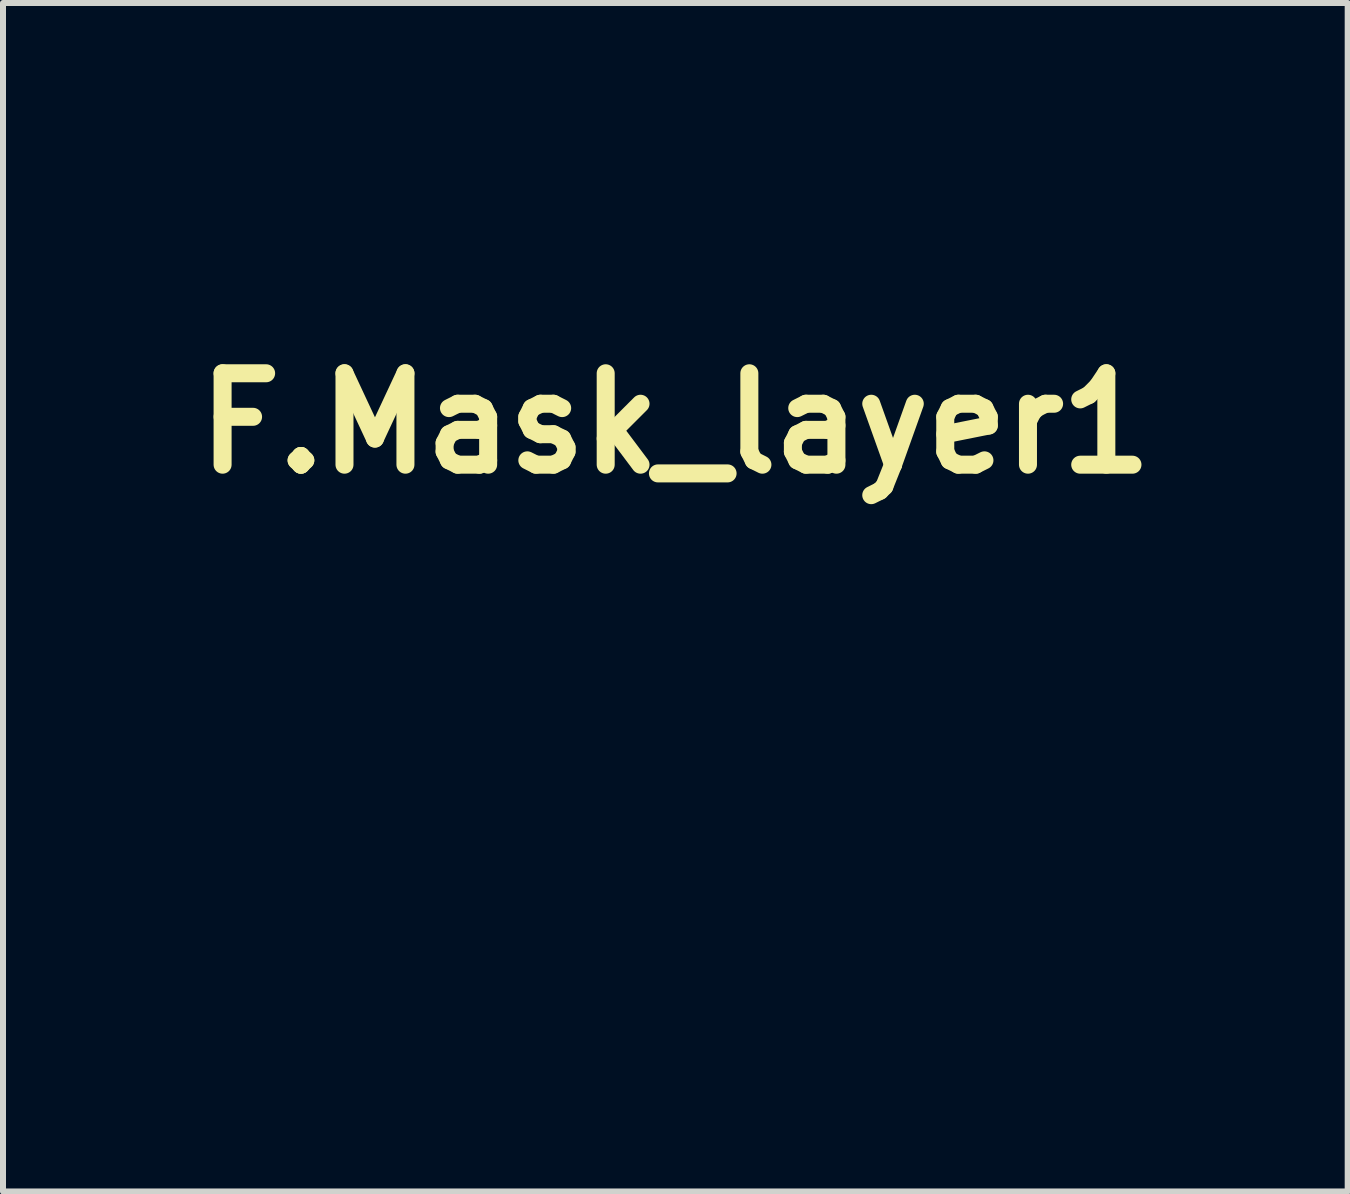
<source format=kicad_pcb>
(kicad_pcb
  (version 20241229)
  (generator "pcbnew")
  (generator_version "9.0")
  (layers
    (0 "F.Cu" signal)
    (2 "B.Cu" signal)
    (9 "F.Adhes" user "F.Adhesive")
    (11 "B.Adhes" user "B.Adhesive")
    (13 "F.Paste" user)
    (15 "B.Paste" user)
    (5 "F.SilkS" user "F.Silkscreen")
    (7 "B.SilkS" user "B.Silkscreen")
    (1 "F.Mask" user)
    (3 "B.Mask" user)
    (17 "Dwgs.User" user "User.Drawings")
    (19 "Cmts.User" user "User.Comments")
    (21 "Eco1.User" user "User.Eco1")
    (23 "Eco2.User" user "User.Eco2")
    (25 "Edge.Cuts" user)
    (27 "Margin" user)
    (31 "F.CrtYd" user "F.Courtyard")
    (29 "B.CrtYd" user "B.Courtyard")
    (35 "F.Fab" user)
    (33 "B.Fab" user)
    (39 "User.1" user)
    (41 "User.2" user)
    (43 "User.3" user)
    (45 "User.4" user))
  (footprint "F.Mask_layer1"
    (layer "F.Cu")
    (at 8.208 4.007)
    (property "Reference" "F.Mask_layer1" (at 0 0 0) (layer "F.SilkS") (effects (font (size 1.524 1.524) (thickness 0.3))))
    (attr through_hole)
    (fp_poly (pts (xy 0.765 -3.551) (xy 0.883 -3.423) (xy 0.987 -3.312) (xy 1.074 -3.223) (xy 1.141 -3.157) (xy 1.186 -3.118) (xy 1.204 -3.108) (xy 1.232 -3.116) (xy 1.294 -3.136) (xy 1.386 -3.165) (xy 1.501 -3.202) (xy 1.633 -3.245) (xy 1.777 -3.291) (xy 1.92 -3.337) (xy 2.05 -3.378) (xy 2.162 -3.411) (xy 2.25 -3.436) (xy 2.308 -3.451) (xy 2.331 -3.453) (xy 2.331 -3.453) (xy 2.34 -3.427) (xy 2.349 -3.37) (xy 2.357 -3.292) (xy 2.359 -3.27) (xy 2.373 -3.101) (xy 1.843 -2.849) (xy 1.705 -2.782) (xy 1.58 -2.721) (xy 1.474 -2.668) (xy 1.39 -2.625) (xy 1.335 -2.595) (xy 1.313 -2.579) (xy 1.312 -2.579) (xy 1.317 -2.561) (xy 1.318 -2.561) (xy 1.339 -2.56) (xy 1.398 -2.557) (xy 1.488 -2.552) (xy 1.605 -2.546) (xy 1.742 -2.539) (xy 1.895 -2.531) (xy 1.935 -2.529) (xy 2.114 -2.52) (xy 2.255 -2.512) (xy 2.364 -2.505) (xy 2.444 -2.497) (xy 2.5 -2.49) (xy 2.537 -2.482) (xy 2.56 -2.473) (xy 2.572 -2.462) (xy 2.573 -2.461) (xy 2.593 -2.434) (xy 2.636 -2.379) (xy 2.696 -2.302) (xy 2.771 -2.206) (xy 2.856 -2.098) (xy 2.908 -2.032) (xy 3.007 -1.905) (xy 3.082 -1.807) (xy 3.135 -1.735) (xy 3.168 -1.684) (xy 3.185 -1.651) (xy 3.187 -1.633) (xy 3.18 -1.626) (xy 3.15 -1.619) (xy 3.084 -1.607) (xy 2.987 -1.591) (xy 2.867 -1.571) (xy 2.727 -1.549) (xy 2.574 -1.526) (xy 2.563 -1.524) (xy 1.982 -1.437) (xy 1.54 -1.61) (xy 1.413 -1.659) (xy 1.299 -1.703) (xy 1.205 -1.738) (xy 1.136 -1.762) (xy 1.098 -1.774) (xy 1.093 -1.775) (xy 1.083 -1.749) (xy 1.067 -1.692) (xy 1.044 -1.61) (xy 1.018 -1.511) (xy 0.991 -1.405) (xy 0.964 -1.297) (xy 0.939 -1.197) (xy 0.919 -1.113) (xy 0.906 -1.051) (xy 0.901 -1.02) (xy 0.901 -1.018) (xy 0.923 -1.015) (xy 0.982 -1.009) (xy 1.072 -1) (xy 1.189 -0.989) (xy 1.326 -0.977) (xy 1.479 -0.964) (xy 1.642 -0.95) (xy 1.81 -0.936) (xy 1.978 -0.922) (xy 2.14 -0.909) (xy 2.291 -0.897) (xy 2.425 -0.886) (xy 2.537 -0.878) (xy 2.623 -0.872) (xy 2.676 -0.869) (xy 2.683 -0.869) (xy 2.701 -0.867) (xy 2.714 -0.859) (xy 2.723 -0.837) (xy 2.728 -0.796) (xy 2.73 -0.729) (xy 2.73 -0.629) (xy 2.731 -0.561) (xy 2.731 -0.254) (xy 3.037 -0.254) (xy 3.158 -0.254) (xy 3.242 -0.252) (xy 3.296 -0.248) (xy 3.327 -0.241) (xy 3.341 -0.231) (xy 3.344 -0.217) (xy 3.345 -0.189) (xy 3.35 -0.126) (xy 3.356 -0.031) (xy 3.365 0.089) (xy 3.376 0.229) (xy 3.387 0.384) (xy 3.4 0.548) (xy 3.412 0.717) (xy 3.425 0.884) (xy 3.438 1.046) (xy 3.449 1.195) (xy 3.46 1.327) (xy 3.469 1.437) (xy 3.476 1.52) (xy 3.48 1.569) (xy 3.481 1.581) (xy 3.502 1.578) (xy 3.556 1.564) (xy 3.639 1.543) (xy 3.743 1.516) (xy 3.863 1.484) (xy 3.864 1.484) (xy 4.012 1.443) (xy 4.121 1.41) (xy 4.194 1.384) (xy 4.233 1.364) (xy 4.241 1.352) (xy 4.233 1.325) (xy 4.211 1.264) (xy 4.178 1.176) (xy 4.136 1.068) (xy 4.089 0.946) (xy 4.074 0.91) (xy 3.91 0.497) (xy 4.001 -0.106) (xy 4.024 -0.261) (xy 4.046 -0.402) (xy 4.066 -0.524) (xy 4.083 -0.622) (xy 4.096 -0.69) (xy 4.103 -0.722) (xy 4.104 -0.724) (xy 4.124 -0.716) (xy 4.172 -0.685) (xy 4.243 -0.634) (xy 4.333 -0.567) (xy 4.438 -0.487) (xy 4.509 -0.431) (xy 4.621 -0.343) (xy 4.724 -0.262) (xy 4.813 -0.193) (xy 4.881 -0.14) (xy 4.924 -0.106) (xy 4.936 -0.098) (xy 4.947 -0.085) (xy 4.956 -0.06) (xy 4.964 -0.02) (xy 4.971 0.042) (xy 4.978 0.13) (xy 4.985 0.249) (xy 4.992 0.404) (xy 4.995 0.456) (xy 5.004 0.654) (xy 5.012 0.814) (xy 5.019 0.939) (xy 5.026 1.032) (xy 5.033 1.097) (xy 5.041 1.139) (xy 5.048 1.159) (xy 5.055 1.164) (xy 5.067 1.145) (xy 5.095 1.093) (xy 5.137 1.013) (xy 5.188 0.909) (xy 5.248 0.786) (xy 5.314 0.649) (xy 5.321 0.635) (xy 5.573 0.106) (xy 5.66 0.108) (xy 5.738 0.112) (xy 5.825 0.121) (xy 5.846 0.124) (xy 5.945 0.138) (xy 5.756 0.719) (xy 5.708 0.868) (xy 5.666 1.003) (xy 5.631 1.121) (xy 5.604 1.215) (xy 5.587 1.28) (xy 5.582 1.311) (xy 5.583 1.313) (xy 5.635 1.358) (xy 5.706 1.421) (xy 5.793 1.499) (xy 5.89 1.587) (xy 5.992 1.68) (xy 6.094 1.775) (xy 6.193 1.866) (xy 6.282 1.949) (xy 6.358 2.02) (xy 6.415 2.075) (xy 6.449 2.109) (xy 6.456 2.118) (xy 6.439 2.142) (xy 6.396 2.179) (xy 6.337 2.221) (xy 6.273 2.263) (xy 6.214 2.296) (xy 6.17 2.315) (xy 6.155 2.315) (xy 6.131 2.299) (xy 6.076 2.263) (xy 5.997 2.209) (xy 5.898 2.141) (xy 5.783 2.063) (xy 5.667 1.984) (xy 5.543 1.9) (xy 5.431 1.825) (xy 5.334 1.762) (xy 5.259 1.714) (xy 5.208 1.684) (xy 5.188 1.676) (xy 5.193 1.696) (xy 5.215 1.748) (xy 5.253 1.828) (xy 5.303 1.932) (xy 5.364 2.054) (xy 5.434 2.191) (xy 5.453 2.228) (xy 5.736 2.773) (xy 5.533 3.282) (xy 5.477 3.418) (xy 5.426 3.54) (xy 5.382 3.643) (xy 5.347 3.722) (xy 5.323 3.77) (xy 5.312 3.784) (xy 5.295 3.767) (xy 5.255 3.72) (xy 5.196 3.649) (xy 5.121 3.557) (xy 5.033 3.449) (xy 4.937 3.329) (xy 4.915 3.302) (xy 4.535 2.826) (xy 4.466 2.36) (xy 4.446 2.225) (xy 4.428 2.105) (xy 4.412 2.006) (xy 4.401 1.934) (xy 4.394 1.895) (xy 4.393 1.89) (xy 4.371 1.891) (xy 4.317 1.903) (xy 4.237 1.923) (xy 4.141 1.95) (xy 4.036 1.98) (xy 3.929 2.011) (xy 3.828 2.042) (xy 3.741 2.069) (xy 3.675 2.092) (xy 3.639 2.106) (xy 3.634 2.11) (xy 3.644 2.134) (xy 3.67 2.191) (xy 3.711 2.278) (xy 3.764 2.391) (xy 3.828 2.526) (xy 3.9 2.679) (xy 3.979 2.845) (xy 4.021 2.933) (xy 4.102 3.104) (xy 4.178 3.264) (xy 4.246 3.408) (xy 4.304 3.531) (xy 4.35 3.631) (xy 4.383 3.703) (xy 4.4 3.743) (xy 4.403 3.749) (xy 4.385 3.766) (xy 4.339 3.797) (xy 4.272 3.84) (xy 4.217 3.872) (xy 4.136 3.919) (xy 4.067 3.96) (xy 4.018 3.988) (xy 4.003 3.998) (xy 3.996 4.012) (xy 4.003 4.043) (xy 4.025 4.095) (xy 4.064 4.171) (xy 4.122 4.278) (xy 4.146 4.319) (xy 4.203 4.421) (xy 4.251 4.508) (xy 4.287 4.576) (xy 4.308 4.617) (xy 4.312 4.627) (xy 4.294 4.639) (xy 4.245 4.673) (xy 4.168 4.727) (xy 4.066 4.797) (xy 3.942 4.882) (xy 3.801 4.979) (xy 3.646 5.086) (xy 3.479 5.201) (xy 3.478 5.202) (xy 2.65 5.772) (xy 2.873 5.995) (xy 3.097 6.219) (xy 3.437 5.795) (xy 3.778 5.37) (xy 4.424 5.12) (xy 4.58 5.059) (xy 4.725 5.004) (xy 4.852 4.956) (xy 4.958 4.916) (xy 5.037 4.888) (xy 5.084 4.871) (xy 5.095 4.869) (xy 5.113 4.886) (xy 5.111 4.927) (xy 5.105 4.962) (xy 5.094 5.034) (xy 5.079 5.135) (xy 5.061 5.261) (xy 5.04 5.404) (xy 5.018 5.559) (xy 5.016 5.576) (xy 4.994 5.728) (xy 4.974 5.867) (xy 4.956 5.985) (xy 4.942 6.079) (xy 4.932 6.142) (xy 4.927 6.169) (xy 4.926 6.17) (xy 4.734 6.292) (xy 4.575 6.394) (xy 4.448 6.476) (xy 4.35 6.542) (xy 4.279 6.591) (xy 4.232 6.627) (xy 4.208 6.649) (xy 4.204 6.661) (xy 4.209 6.664) (xy 4.244 6.664) (xy 4.313 6.661) (xy 4.41 6.655) (xy 4.526 6.647) (xy 4.656 6.637) (xy 4.659 6.637) (xy 4.785 6.626) (xy 4.896 6.618) (xy 4.985 6.612) (xy 5.045 6.609) (xy 5.07 6.609) (xy 5.07 6.609) (xy 5.081 6.629) (xy 5.104 6.681) (xy 5.138 6.756) (xy 5.178 6.848) (xy 5.182 6.858) (xy 5.23 6.973) (xy 5.259 7.052) (xy 5.269 7.099) (xy 5.264 7.115) (xy 5.237 7.122) (xy 5.175 7.137) (xy 5.082 7.159) (xy 4.964 7.185) (xy 4.827 7.214) (xy 4.677 7.246) (xy 4.657 7.25) (xy 4.505 7.282) (xy 4.367 7.313) (xy 4.247 7.34) (xy 4.152 7.362) (xy 4.087 7.379) (xy 4.057 7.388) (xy 4.056 7.389) (xy 4.047 7.413) (xy 4.031 7.473) (xy 4.008 7.564) (xy 3.981 7.681) (xy 3.951 7.817) (xy 3.918 7.967) (xy 3.912 7.994) (xy 3.88 8.147) (xy 3.85 8.287) (xy 3.824 8.408) (xy 3.802 8.506) (xy 3.787 8.574) (xy 3.779 8.607) (xy 3.779 8.608) (xy 3.755 8.612) (xy 3.696 8.595) (xy 3.599 8.557) (xy 3.531 8.527) (xy 3.438 8.485) (xy 3.36 8.449) (xy 3.304 8.421) (xy 3.278 8.407) (xy 3.278 8.407) (xy 3.276 8.382) (xy 3.277 8.322) (xy 3.281 8.232) (xy 3.288 8.12) (xy 3.297 7.99) (xy 3.301 7.938) (xy 3.312 7.804) (xy 3.322 7.685) (xy 3.329 7.588) (xy 3.334 7.519) (xy 3.336 7.483) (xy 3.336 7.479) (xy 3.325 7.495) (xy 3.295 7.541) (xy 3.25 7.61) (xy 3.194 7.696) (xy 3.131 7.794) (xy 3.065 7.897) (xy 3 7.998) (xy 2.939 8.093) (xy 2.887 8.174) (xy 2.849 8.235) (xy 2.836 8.256) (xy 2.813 8.263) (xy 2.754 8.275) (xy 2.666 8.291) (xy 2.555 8.309) (xy 2.426 8.329) (xy 2.287 8.349) (xy 2.144 8.37) (xy 2.002 8.39) (xy 1.869 8.407) (xy 1.749 8.423) (xy 1.65 8.434) (xy 1.578 8.441) (xy 1.539 8.443) (xy 1.534 8.442) (xy 1.539 8.419) (xy 1.559 8.357) (xy 1.594 8.257) (xy 1.645 8.121) (xy 1.71 7.948) (xy 1.791 7.739) (xy 1.886 7.496) (xy 1.995 7.218) (xy 2.027 7.137) (xy 2.046 7.116) (xy 2.093 7.073) (xy 2.165 7.012) (xy 2.256 6.936) (xy 2.362 6.848) (xy 2.461 6.769) (xy 2.884 6.43) (xy 2.665 6.211) (xy 2.569 6.117) (xy 2.496 6.051) (xy 2.447 6.016) (xy 2.425 6.011) (xy 2.409 6.032) (xy 2.371 6.084) (xy 2.315 6.164) (xy 2.242 6.269) (xy 2.155 6.394) (xy 2.057 6.536) (xy 1.95 6.692) (xy 1.852 6.834) (xy 1.739 6.999) (xy 1.633 7.152) (xy 1.537 7.29) (xy 1.451 7.41) (xy 1.381 7.509) (xy 1.326 7.582) (xy 1.291 7.627) (xy 1.278 7.64) (xy 1.252 7.63) (xy 1.197 7.603) (xy 1.119 7.562) (xy 1.025 7.511) (xy 0.975 7.482) (xy 0.877 7.427) (xy 0.792 7.381) (xy 0.727 7.346) (xy 0.688 7.327) (xy 0.681 7.324) (xy 0.665 7.341) (xy 0.633 7.388) (xy 0.59 7.457) (xy 0.543 7.536) (xy 0.494 7.619) (xy 0.453 7.686) (xy 0.424 7.732) (xy 0.413 7.747) (xy 0.394 7.738) (xy 0.34 7.713) (xy 0.255 7.673) (xy 0.145 7.621) (xy 0.012 7.558) (xy -0.14 7.486) (xy -0.306 7.407) (xy -0.414 7.355) (xy -0.587 7.273) (xy -0.748 7.197) (xy -0.894 7.129) (xy -1.019 7.071) (xy -1.121 7.025) (xy -1.194 6.993) (xy -1.236 6.976) (xy -1.245 6.974) (xy -1.255 6.999) (xy -1.273 7.056) (xy -1.297 7.137) (xy -1.324 7.236) (xy -1.352 7.342) (xy -1.38 7.449) (xy -1.405 7.549) (xy -1.425 7.634) (xy -1.438 7.696) (xy -1.442 7.726) (xy -1.442 7.728) (xy -1.418 7.735) (xy -1.358 7.746) (xy -1.27 7.761) (xy -1.161 7.778) (xy -1.036 7.797) (xy -1.027 7.798) (xy -0.896 7.818) (xy -0.776 7.836) (xy -0.675 7.852) (xy -0.6 7.865) (xy -0.558 7.873) (xy -0.529 7.889) (xy -0.473 7.927) (xy -0.395 7.983) (xy -0.301 8.053) (xy -0.196 8.133) (xy -0.084 8.219) (xy 0.028 8.307) (xy 0.137 8.393) (xy 0.237 8.473) (xy 0.323 8.543) (xy 0.389 8.6) (xy 0.431 8.639) (xy 0.445 8.655) (xy 0.426 8.666) (xy 0.374 8.69) (xy 0.296 8.724) (xy 0.197 8.766) (xy 0.085 8.813) (xy -0.036 8.863) (xy -0.157 8.912) (xy -0.273 8.958) (xy -0.378 9) (xy -0.465 9.033) (xy -0.527 9.056) (xy -0.559 9.066) (xy -0.561 9.066) (xy -0.585 9.056) (xy -0.641 9.03) (xy -0.724 8.989) (xy -0.831 8.936) (xy -0.955 8.873) (xy -1.091 8.803) (xy -1.111 8.793) (xy -1.248 8.722) (xy -1.374 8.657) (xy -1.483 8.601) (xy -1.57 8.556) (xy -1.63 8.526) (xy -1.658 8.512) (xy -1.659 8.511) (xy -1.67 8.511) (xy -1.669 8.524) (xy -1.654 8.555) (xy -1.624 8.606) (xy -1.577 8.679) (xy -1.51 8.779) (xy -1.423 8.908) (xy -1.331 9.041) (xy -1.237 9.181) (xy -1.157 9.302) (xy -1.094 9.402) (xy -1.049 9.477) (xy -1.027 9.524) (xy -1.024 9.537) (xy -1.043 9.57) (xy -1.078 9.622) (xy -1.122 9.681) (xy -1.166 9.737) (xy -1.202 9.78) (xy -1.224 9.8) (xy -1.226 9.8) (xy -1.243 9.785) (xy -1.284 9.742) (xy -1.347 9.676) (xy -1.426 9.59) (xy -1.519 9.488) (xy -1.621 9.375) (xy -1.638 9.356) (xy -1.742 9.241) (xy -1.836 9.137) (xy -1.917 9.048) (xy -1.982 8.978) (xy -2.026 8.932) (xy -2.046 8.912) (xy -2.047 8.911) (xy -2.069 8.917) (xy -2.126 8.935) (xy -2.213 8.963) (xy -2.324 8.998) (xy -2.454 9.041) (xy -2.598 9.087) (xy -2.61 9.091) (xy -2.756 9.138) (xy -2.889 9.181) (xy -3.004 9.217) (xy -3.095 9.245) (xy -3.158 9.264) (xy -3.186 9.271) (xy -3.187 9.271) (xy -3.199 9.252) (xy -3.211 9.202) (xy -3.222 9.134) (xy -3.229 9.059) (xy -3.233 8.989) (xy -3.231 8.935) (xy -3.223 8.911) (xy -3.201 8.899) (xy -3.145 8.871) (xy -3.061 8.83) (xy -2.954 8.778) (xy -2.83 8.719) (xy -2.699 8.656) (xy -2.563 8.591) (xy -2.439 8.531) (xy -2.334 8.478) (xy -2.251 8.436) (xy -2.197 8.407) (xy -2.176 8.393) (xy -2.191 8.386) (xy -2.244 8.378) (xy -2.326 8.369) (xy -2.433 8.36) (xy -2.558 8.351) (xy -2.696 8.343) (xy -2.84 8.335) (xy -2.984 8.328) (xy -3.123 8.323) (xy -3.25 8.321) (xy -3.252 8.321) (xy -3.404 8.319) (xy -3.747 7.88) (xy -3.837 7.763) (xy -3.917 7.657) (xy -3.984 7.567) (xy -4.034 7.498) (xy -4.064 7.453) (xy -4.071 7.436) (xy -4.04 7.43) (xy -3.973 7.419) (xy -3.879 7.405) (xy -3.763 7.387) (xy -3.632 7.367) (xy -3.494 7.347) (xy -3.354 7.327) (xy -3.22 7.307) (xy -3.098 7.29) (xy -2.996 7.276) (xy -2.919 7.266) (xy -2.876 7.261) (xy -2.869 7.26) (xy -2.835 7.268) (xy -2.768 7.289) (xy -2.675 7.321) (xy -2.562 7.362) (xy -2.437 7.41) (xy -2.393 7.427) (xy -2.268 7.476) (xy -2.157 7.517) (xy -2.065 7.55) (xy -1.999 7.572) (xy -1.964 7.581) (xy -1.96 7.581) (xy -1.952 7.556) (xy -1.935 7.498) (xy -1.913 7.417) (xy -1.886 7.319) (xy -1.858 7.213) (xy -1.83 7.105) (xy -1.804 7.006) (xy -1.783 6.921) (xy -1.768 6.859) (xy -1.762 6.827) (xy -1.762 6.825) (xy -1.783 6.822) (xy -1.843 6.817) (xy -1.936 6.809) (xy -2.057 6.799) (xy -2.203 6.787) (xy -2.369 6.774) (xy -2.551 6.76) (xy -2.635 6.753) (xy -2.824 6.739) (xy -3.001 6.725) (xy -3.162 6.712) (xy -3.301 6.7) (xy -3.414 6.69) (xy -3.496 6.683) (xy -3.543 6.678) (xy -3.551 6.677) (xy -3.57 6.671) (xy -3.583 6.659) (xy -3.591 6.634) (xy -3.596 6.59) (xy -3.598 6.518) (xy -3.598 6.413) (xy -3.598 6.374) (xy -3.598 6.081) (xy -3.899 6.066) (xy -4.007 6.061) (xy -4.098 6.055) (xy -4.165 6.051) (xy -4.2 6.048) (xy -4.204 6.047) (xy -4.206 6.026) (xy -4.211 5.967) (xy -4.219 5.874) (xy -4.229 5.752) (xy -4.233 5.695) (xy -3.281 5.695) (xy -3.273 5.742) (xy -3.246 5.757) (xy -3.244 5.757) (xy -3.215 5.756) (xy -3.149 5.751) (xy -3.05 5.745) (xy -3.024 5.743) (xy -0.919 5.743) (xy -0.902 5.758) (xy -0.855 5.793) (xy -0.782 5.846) (xy -0.687 5.914) (xy -0.575 5.993) (xy -0.45 6.08) (xy -0.317 6.172) (xy -0.18 6.266) (xy -0.043 6.359) (xy 0.088 6.449) (xy 0.21 6.531) (xy 0.317 6.603) (xy 0.406 6.661) (xy 0.472 6.704) (xy 0.511 6.726) (xy 0.519 6.73) (xy 0.532 6.711) (xy 0.561 6.658) (xy 0.605 6.575) (xy 0.662 6.464) (xy 0.729 6.33) (xy 0.804 6.177) (xy 0.887 6.008) (xy 0.969 5.838) (xy 1.399 4.945) (xy 1.255 4.801) (xy 1.111 4.657) (xy 0.466 4.679) (xy -0.179 4.702) (xy -0.433 4.84) (xy -0.528 4.892) (xy -0.611 4.939) (xy -0.673 4.976) (xy -0.708 4.999) (xy -0.711 5.002) (xy -0.721 5.027) (xy -0.74 5.085) (xy -0.765 5.168) (xy -0.794 5.267) (xy -0.824 5.374) (xy -0.854 5.482) (xy -0.881 5.582) (xy -0.902 5.665) (xy -0.915 5.724) (xy -0.919 5.743) (xy -3.024 5.743) (xy -2.923 5.735) (xy -2.772 5.725) (xy -2.601 5.712) (xy -2.417 5.699) (xy -2.328 5.692) (xy -2.14 5.678) (xy -1.964 5.664) (xy -1.807 5.651) (xy -1.671 5.639) (xy -1.563 5.628) (xy -1.485 5.62) (xy -1.443 5.614) (xy -1.437 5.613) (xy -1.427 5.588) (xy -1.409 5.53) (xy -1.385 5.445) (xy -1.355 5.338) (xy -1.326 5.229) (xy -1.229 4.86) (xy -1.491 4.434) (xy 1.319 4.434) (xy 1.466 4.585) (xy 1.613 4.736) (xy 2.505 4.304) (xy 2.685 4.217) (xy 2.853 4.134) (xy 3.005 4.059) (xy 3.137 3.993) (xy 3.246 3.938) (xy 3.327 3.895) (xy 3.377 3.867) (xy 3.393 3.856) (xy 3.381 3.837) (xy 3.349 3.787) (xy 3.298 3.711) (xy 3.233 3.614) (xy 3.157 3.5) (xy 3.072 3.373) (xy 2.981 3.239) (xy 2.888 3.101) (xy 2.795 2.963) (xy 2.706 2.832) (xy 2.624 2.71) (xy 2.551 2.603) (xy 2.491 2.515) (xy 2.447 2.451) (xy 2.424 2.418) (xy 2.402 2.42) (xy 2.347 2.432) (xy 2.268 2.452) (xy 2.171 2.477) (xy 2.065 2.506) (xy 1.957 2.537) (xy 1.855 2.567) (xy 1.767 2.593) (xy 1.7 2.615) (xy 1.663 2.629) (xy 1.659 2.632) (xy 1.64 2.659) (xy 1.606 2.716) (xy 1.561 2.794) (xy 1.51 2.887) (xy 1.497 2.911) (xy 1.359 3.165) (xy 1.319 4.434) (xy -1.491 4.434) (xy -1.669 4.146) (xy -1.845 4.035) (xy -1.948 3.971) (xy -2.066 3.898) (xy -2.178 3.829) (xy -2.205 3.813) (xy -2.388 3.701) (xy -2.766 3.801) (xy -2.885 3.833) (xy -2.99 3.861) (xy -3.073 3.883) (xy -3.127 3.898) (xy -3.148 3.904) (xy -3.15 3.925) (xy -3.155 3.983) (xy -3.163 4.072) (xy -3.172 4.188) (xy -3.183 4.325) (xy -3.194 4.477) (xy -3.207 4.64) (xy -3.219 4.808) (xy -3.231 4.976) (xy -3.243 5.138) (xy -3.254 5.289) (xy -3.264 5.425) (xy -3.272 5.538) (xy -3.277 5.625) (xy -3.28 5.68) (xy -3.281 5.695) (xy -4.233 5.695) (xy -4.24 5.606) (xy -4.253 5.439) (xy -4.268 5.256) (xy -4.276 5.144) (xy -4.291 4.953) (xy -4.305 4.776) (xy -4.318 4.616) (xy -4.329 4.479) (xy -4.339 4.368) (xy -4.346 4.289) (xy -4.351 4.244) (xy -4.352 4.236) (xy -4.373 4.239) (xy -4.426 4.252) (xy -4.506 4.271) (xy -4.602 4.295) (xy -4.708 4.322) (xy -4.817 4.35) (xy -4.919 4.377) (xy -5.007 4.401) (xy -5.074 4.42) (xy -5.112 4.431) (xy -5.118 4.434) (xy -5.112 4.454) (xy -5.093 4.508) (xy -5.062 4.59) (xy -5.022 4.694) (xy -4.975 4.815) (xy -4.95 4.878) (xy -4.777 5.317) (xy -4.869 5.929) (xy -4.893 6.084) (xy -4.916 6.225) (xy -4.937 6.346) (xy -4.955 6.442) (xy -4.969 6.508) (xy -4.978 6.539) (xy -4.979 6.54) (xy -5 6.528) (xy -5.05 6.493) (xy -5.123 6.438) (xy -5.216 6.368) (xy -5.323 6.285) (xy -5.42 6.209) (xy -5.549 6.108) (xy -5.649 6.028) (xy -5.723 5.967) (xy -5.776 5.921) (xy -5.81 5.886) (xy -5.83 5.859) (xy -5.84 5.835) (xy -5.843 5.812) (xy -5.843 5.802) (xy -5.845 5.722) (xy -5.849 5.618) (xy -5.855 5.496) (xy -5.862 5.362) (xy -5.869 5.222) (xy -5.878 5.084) (xy -5.886 4.955) (xy -5.893 4.839) (xy -5.9 4.745) (xy -5.906 4.678) (xy -5.911 4.645) (xy -5.912 4.643) (xy -5.925 4.657) (xy -5.954 4.708) (xy -5.999 4.792) (xy -6.057 4.907) (xy -6.128 5.051) (xy -6.209 5.222) (xy -6.301 5.416) (xy -6.355 5.531) (xy -6.442 5.718) (xy -6.571 5.705) (xy -6.65 5.696) (xy -6.72 5.687) (xy -6.755 5.681) (xy -6.81 5.671) (xy -6.623 5.095) (xy -6.575 4.947) (xy -6.531 4.813) (xy -6.494 4.698) (xy -6.464 4.607) (xy -6.444 4.545) (xy -6.435 4.517) (xy -6.435 4.516) (xy -6.45 4.502) (xy -6.493 4.463) (xy -6.559 4.403) (xy -6.645 4.326) (xy -6.746 4.235) (xy -6.859 4.133) (xy -6.879 4.115) (xy -6.994 4.011) (xy -7.098 3.916) (xy -7.187 3.833) (xy -7.256 3.766) (xy -7.303 3.719) (xy -7.322 3.696) (xy -7.323 3.694) (xy -7.306 3.672) (xy -7.264 3.635) (xy -7.207 3.591) (xy -7.146 3.548) (xy -7.091 3.513) (xy -7.053 3.494) (xy -7.046 3.493) (xy -7.023 3.504) (xy -6.97 3.537) (xy -6.892 3.587) (xy -6.793 3.652) (xy -6.679 3.728) (xy -6.558 3.811) (xy -6.432 3.897) (xy -6.317 3.975) (xy -6.217 4.042) (xy -6.138 4.094) (xy -6.083 4.129) (xy -6.059 4.143) (xy -6.06 4.128) (xy -6.079 4.08) (xy -6.113 4.003) (xy -6.162 3.9) (xy -6.223 3.777) (xy -6.294 3.636) (xy -6.315 3.594) (xy -6.604 3.033) (xy -6.411 2.559) (xy -6.357 2.424) (xy -6.307 2.301) (xy -6.264 2.196) (xy -6.231 2.113) (xy -6.209 2.06) (xy -6.203 2.044) (xy -6.194 2.037) (xy -6.177 2.045) (xy -6.148 2.07) (xy -6.106 2.116) (xy -6.046 2.184) (xy -5.968 2.279) (xy -5.868 2.403) (xy -5.795 2.493) (xy -5.403 2.982) (xy -5.366 3.232) (xy -5.346 3.361) (xy -5.325 3.503) (xy -5.304 3.638) (xy -5.294 3.706) (xy -5.26 3.93) (xy -4.9 3.832) (xy -4.782 3.799) (xy -4.677 3.77) (xy -4.592 3.747) (xy -4.536 3.731) (xy -4.515 3.724) (xy -4.517 3.703) (xy -4.538 3.644) (xy -4.577 3.55) (xy -4.634 3.421) (xy -4.709 3.257) (xy -4.801 3.06) (xy -4.88 2.893) (xy -4.963 2.72) (xy -5.038 2.558) (xy -5.106 2.411) (xy -5.164 2.285) (xy -5.21 2.182) (xy -5.242 2.107) (xy -5.259 2.063) (xy -5.26 2.054) (xy -5.239 2.037) (xy -5.188 2.004) (xy -5.114 1.959) (xy -5.026 1.906) (xy -5.006 1.895) (xy -4.972 1.875) (xy -4.313 1.875) (xy -4.299 1.902) (xy -4.264 1.958) (xy -4.211 2.04) (xy -4.143 2.142) (xy -4.063 2.26) (xy -3.974 2.39) (xy -3.879 2.528) (xy -3.782 2.669) (xy -3.685 2.808) (xy -3.591 2.942) (xy -3.503 3.067) (xy -3.424 3.176) (xy -3.358 3.268) (xy -3.307 3.336) (xy -3.275 3.377) (xy -3.264 3.387) (xy -3.234 3.381) (xy -3.171 3.367) (xy -3.083 3.345) (xy -2.977 3.318) (xy -2.914 3.301) (xy -2.801 3.271) (xy -2.701 3.244) (xy -2.621 3.222) (xy -2.57 3.208) (xy -2.558 3.205) (xy -2.537 3.184) (xy -2.501 3.131) (xy -2.452 3.052) (xy -2.395 2.953) (xy -2.333 2.839) (xy -2.322 2.82) (xy -2.122 2.445) (xy -2.108 2.032) (xy -2.094 1.619) (xy -2.377 1.337) (xy -2.66 1.055) (xy -3.489 1.454) (xy -3.663 1.538) (xy -3.824 1.617) (xy -3.969 1.689) (xy -4.093 1.752) (xy -4.193 1.804) (xy -4.265 1.843) (xy -4.306 1.868) (xy -4.313 1.875) (xy -4.972 1.875) (xy -4.916 1.842) (xy -4.841 1.797) (xy -4.788 1.763) (xy -4.763 1.745) (xy -4.763 1.744) (xy -4.772 1.723) (xy -4.799 1.672) (xy -4.84 1.599) (xy -4.89 1.51) (xy -4.903 1.487) (xy -4.968 1.368) (xy -5.009 1.282) (xy -5.026 1.23) (xy -5.024 1.212) (xy -5.003 1.194) (xy -4.951 1.155) (xy -4.872 1.098) (xy -4.768 1.024) (xy -4.645 0.938) (xy -4.505 0.84) (xy -4.353 0.735) (xy -4.28 0.685) (xy -2.288 0.685) (xy -2.01 0.964) (xy -1.732 1.242) (xy -1.316 1.232) (xy -0.9 1.222) (xy -0.524 1.021) (xy -0.397 0.953) (xy 0.361 0.953) (xy 0.583 1.311) (xy 0.805 1.668) (xy 1.159 1.89) (xy 1.268 1.958) (xy 1.362 2.018) (xy 1.439 2.066) (xy 1.491 2.099) (xy 1.513 2.114) (xy 1.513 2.114) (xy 1.533 2.109) (xy 1.587 2.095) (xy 1.669 2.073) (xy 1.772 2.045) (xy 1.89 2.013) (xy 2.01 1.98) (xy 2.115 1.951) (xy 2.198 1.926) (xy 2.254 1.909) (xy 2.275 1.901) (xy 2.279 1.879) (xy 2.286 1.819) (xy 2.294 1.728) (xy 2.304 1.61) (xy 2.315 1.472) (xy 2.327 1.318) (xy 2.34 1.154) (xy 2.352 0.985) (xy 2.365 0.817) (xy 2.376 0.654) (xy 2.387 0.502) (xy 2.396 0.367) (xy 2.403 0.254) (xy 2.407 0.168) (xy 2.409 0.114) (xy 2.409 0.099) (xy 2.402 0.052) (xy 1.495 0.119) (xy 1.304 0.134) (xy 1.125 0.148) (xy 0.963 0.162) (xy 0.824 0.174) (xy 0.711 0.185) (xy 0.628 0.194) (xy 0.581 0.201) (xy 0.572 0.204) (xy 0.561 0.23) (xy 0.542 0.289) (xy 0.516 0.376) (xy 0.486 0.483) (xy 0.458 0.588) (xy 0.361 0.953) (xy -0.397 0.953) (xy -0.148 0.82) (xy -0.117 0.712) (xy -0.065 0.524) (xy -0.022 0.362) (xy 0.011 0.231) (xy 0.033 0.132) (xy 0.044 0.069) (xy 0.043 0.043) (xy 0.043 0.043) (xy 0.022 0.029) (xy -0.029 -0.007) (xy -0.109 -0.06) (xy -0.212 -0.131) (xy -0.335 -0.215) (xy -0.475 -0.31) (xy -0.628 -0.414) (xy -0.712 -0.471) (xy -0.87 -0.578) (xy -1.016 -0.678) (xy -1.149 -0.767) (xy -1.263 -0.843) (xy -1.356 -0.904) (xy -1.423 -0.948) (xy -1.461 -0.971) (xy -1.468 -0.975) (xy -1.481 -0.957) (xy -1.51 -0.904) (xy -1.553 -0.821) (xy -1.609 -0.711) (xy -1.675 -0.579) (xy -1.749 -0.428) (xy -1.831 -0.262) (xy -1.887 -0.145) (xy -2.288 0.685) (xy -4.28 0.685) (xy -4.272 0.68) (xy -3.538 0.176) (xy -3.822 -0.107) (xy -3.91 -0.195) (xy -3.989 -0.27) (xy -4.052 -0.329) (xy -4.094 -0.367) (xy -4.113 -0.38) (xy -4.113 -0.38) (xy -4.128 -0.361) (xy -4.165 -0.315) (xy -4.221 -0.244) (xy -4.292 -0.156) (xy -4.373 -0.054) (xy -4.41 -0.008) (xy -4.698 0.354) (xy -5.274 0.578) (xy -5.421 0.635) (xy -5.554 0.687) (xy -5.669 0.73) (xy -5.76 0.764) (xy -5.824 0.787) (xy -5.854 0.797) (xy -5.856 0.797) (xy -5.856 0.775) (xy -5.85 0.717) (xy -5.839 0.631) (xy -5.825 0.524) (xy -5.808 0.402) (xy -5.79 0.272) (xy -5.771 0.141) (xy -5.752 0.015) (xy -5.734 -0.098) (xy -5.719 -0.192) (xy -5.707 -0.26) (xy -5.699 -0.295) (xy -5.698 -0.299) (xy -5.677 -0.313) (xy -5.625 -0.347) (xy -5.547 -0.398) (xy -5.447 -0.463) (xy -5.33 -0.538) (xy -5.2 -0.621) (xy -5.179 -0.635) (xy -5.05 -0.719) (xy -4.934 -0.795) (xy -4.836 -0.862) (xy -4.76 -0.916) (xy -4.711 -0.954) (xy -4.692 -0.973) (xy -4.692 -0.974) (xy -4.718 -0.977) (xy -4.784 -0.976) (xy -4.886 -0.971) (xy -5.022 -0.963) (xy -5.19 -0.951) (xy -5.386 -0.937) (xy -5.608 -0.919) (xy -5.781 -0.904) (xy -5.879 -0.896) (xy -5.945 -1.055) (xy -5.974 -1.13) (xy -5.993 -1.19) (xy -5.997 -1.225) (xy -5.996 -1.229) (xy -5.972 -1.237) (xy -5.911 -1.252) (xy -5.821 -1.273) (xy -5.705 -1.299) (xy -5.57 -1.329) (xy -5.421 -1.361) (xy -5.409 -1.364) (xy -5.259 -1.395) (xy -5.124 -1.424) (xy -5.008 -1.45) (xy -4.917 -1.47) (xy -4.856 -1.484) (xy -4.831 -1.491) (xy -4.831 -1.491) (xy -4.825 -1.512) (xy -4.811 -1.57) (xy -4.791 -1.659) (xy -4.766 -1.772) (xy -4.737 -1.906) (xy -4.705 -2.055) (xy -4.701 -2.072) (xy -4.669 -2.222) (xy -4.639 -2.359) (xy -4.612 -2.476) (xy -4.59 -2.569) (xy -4.574 -2.632) (xy -4.565 -2.659) (xy -4.565 -2.66) (xy -4.541 -2.658) (xy -4.491 -2.643) (xy -4.425 -2.619) (xy -4.356 -2.591) (xy -4.295 -2.563) (xy -4.261 -2.544) (xy -4.253 -2.529) (xy -4.249 -2.495) (xy -4.249 -2.436) (xy -4.252 -2.348) (xy -4.26 -2.228) (xy -4.272 -2.071) (xy -4.276 -2.021) (xy -4.292 -1.828) (xy -4.304 -1.673) (xy -4.312 -1.553) (xy -4.316 -1.464) (xy -4.317 -1.403) (xy -4.314 -1.366) (xy -4.308 -1.348) (xy -4.299 -1.347) (xy -4.29 -1.355) (xy -4.271 -1.381) (xy -4.233 -1.437) (xy -4.179 -1.519) (xy -4.112 -1.622) (xy -4.036 -1.74) (xy -3.958 -1.863) (xy -3.877 -1.99) (xy -3.803 -2.106) (xy -3.739 -2.205) (xy -3.689 -2.282) (xy -3.655 -2.334) (xy -3.641 -2.355) (xy -3.618 -2.362) (xy -3.559 -2.374) (xy -3.472 -2.389) (xy -3.365 -2.406) (xy -3.242 -2.425) (xy -3.112 -2.444) (xy -2.981 -2.463) (xy -2.856 -2.48) (xy -2.744 -2.495) (xy -2.651 -2.506) (xy -2.584 -2.513) (xy -2.551 -2.514) (xy -2.549 -2.514) (xy -2.554 -2.493) (xy -2.573 -2.438) (xy -2.603 -2.354) (xy -2.642 -2.248) (xy -2.689 -2.124) (xy -2.741 -1.988) (xy -2.795 -1.845) (xy -2.851 -1.702) (xy -2.906 -1.562) (xy -2.958 -1.432) (xy -2.978 -1.382) (xy -2.997 -1.361) (xy -3.044 -1.319) (xy -3.115 -1.259) (xy -3.204 -1.185) (xy -3.307 -1.102) (xy -3.352 -1.066) (xy -3.458 -0.981) (xy -3.553 -0.906) (xy -3.632 -0.843) (xy -3.689 -0.797) (xy -3.72 -0.772) (xy -3.724 -0.768) (xy -3.713 -0.752) (xy -3.676 -0.71) (xy -3.618 -0.648) (xy -3.543 -0.571) (xy -3.455 -0.483) (xy -3.449 -0.477) (xy -3.164 -0.193) (xy -2.656 -0.935) (xy -2.548 -1.093) (xy -2.447 -1.24) (xy -2.356 -1.374) (xy -2.277 -1.489) (xy -2.213 -1.583) (xy -2.167 -1.651) (xy -2.14 -1.69) (xy -2.135 -1.698) (xy -2.112 -1.696) (xy -2.06 -1.675) (xy -1.983 -1.637) (xy -1.902 -1.593) (xy -1.812 -1.541) (xy -1.731 -1.495) (xy -1.669 -1.46) (xy -1.637 -1.442) (xy -1.617 -1.435) (xy -1.598 -1.438) (xy -1.576 -1.458) (xy -1.546 -1.499) (xy -1.504 -1.565) (xy -1.445 -1.664) (xy -1.44 -1.672) (xy -1.385 -1.764) (xy -1.336 -1.841) (xy -1.297 -1.897) (xy -1.274 -1.924) (xy -1.271 -1.926) (xy -1.249 -1.917) (xy -1.192 -1.892) (xy -1.105 -1.852) (xy -0.992 -1.8) (xy -0.857 -1.737) (xy -0.704 -1.664) (xy -0.537 -1.585) (xy -0.436 -1.537) (xy 0.381 -1.147) (xy 0.405 -1.235) (xy 0.419 -1.288) (xy 0.441 -1.371) (xy 0.469 -1.474) (xy 0.499 -1.588) (xy 0.508 -1.622) (xy 0.588 -1.921) (xy 0.373 -1.954) (xy 0.259 -1.971) (xy 0.122 -1.992) (xy -0.015 -2.012) (xy -0.095 -2.024) (xy -0.349 -2.061) (xy -0.826 -2.44) (xy -0.948 -2.538) (xy -1.058 -2.628) (xy -1.153 -2.706) (xy -1.228 -2.77) (xy -1.278 -2.815) (xy -1.301 -2.839) (xy -1.302 -2.841) (xy -1.283 -2.854) (xy -1.23 -2.88) (xy -1.148 -2.917) (xy -1.042 -2.963) (xy -0.918 -3.015) (xy -0.801 -3.062) (xy -0.3 -3.262) (xy 0.252 -2.978) (xy 0.392 -2.907) (xy 0.518 -2.844) (xy 0.627 -2.79) (xy 0.714 -2.749) (xy 0.774 -2.723) (xy 0.803 -2.713) (xy 0.804 -2.714) (xy 0.793 -2.736) (xy 0.76 -2.788) (xy 0.71 -2.866) (xy 0.645 -2.964) (xy 0.568 -3.077) (xy 0.486 -3.198) (xy 0.401 -3.323) (xy 0.323 -3.437) (xy 0.257 -3.536) (xy 0.204 -3.615) (xy 0.17 -3.669) (xy 0.156 -3.692) (xy 0.163 -3.723) (xy 0.192 -3.777) (xy 0.238 -3.846) (xy 0.25 -3.862) (xy 0.356 -4.002) (xy 0.765 -3.551)) (stroke (width 0.01) (type solid)) (fill yes) (layer "F.Mask")))
  (gr_rect
    (start -3 -3)
    (end 19.416 16.812)
    (stroke (width 0.1) (type default))
    (fill no)
    (layer "Edge.Cuts")))
</source>
